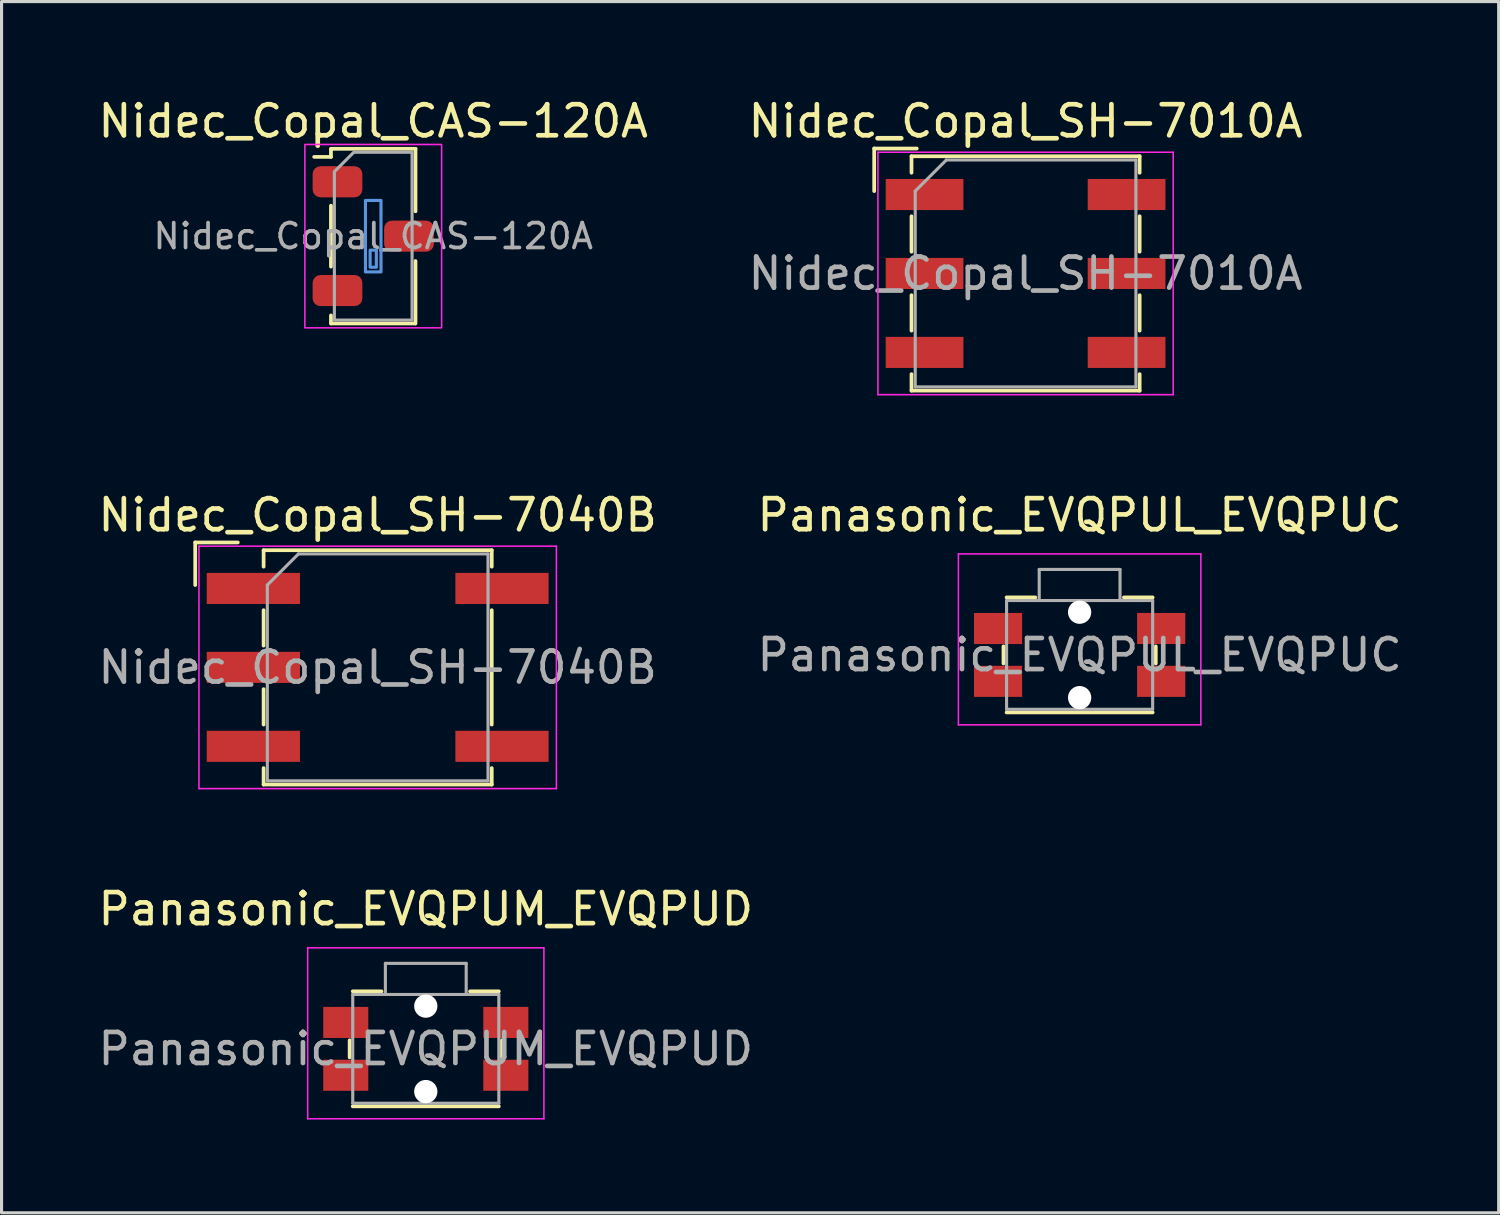
<source format=kicad_pcb>
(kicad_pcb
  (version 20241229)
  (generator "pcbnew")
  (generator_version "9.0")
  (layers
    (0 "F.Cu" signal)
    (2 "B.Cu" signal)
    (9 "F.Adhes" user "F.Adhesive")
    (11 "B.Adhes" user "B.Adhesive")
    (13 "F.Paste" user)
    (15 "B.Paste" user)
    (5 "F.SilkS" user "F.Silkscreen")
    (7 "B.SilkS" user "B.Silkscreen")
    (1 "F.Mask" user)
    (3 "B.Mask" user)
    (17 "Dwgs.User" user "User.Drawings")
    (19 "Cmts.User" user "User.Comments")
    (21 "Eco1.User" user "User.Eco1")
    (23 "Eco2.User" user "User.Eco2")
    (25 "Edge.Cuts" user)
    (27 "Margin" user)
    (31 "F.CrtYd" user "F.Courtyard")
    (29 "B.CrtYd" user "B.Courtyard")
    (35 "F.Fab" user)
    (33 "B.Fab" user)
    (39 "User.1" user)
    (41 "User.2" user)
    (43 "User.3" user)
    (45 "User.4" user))
  (footprint "Nidec_Copal_CAS-120A"
    (layer "F.Cu")
    (at 8.958 4.548)
    (property "Reference" "Nidec_Copal_CAS-120A" (at 0 -3.7 0) (unlocked yes) (layer "F.SilkS") (effects (font (size 1 1) (thickness 0.15))))
    (attr smd)
    (fp_line (start -1.36 -2.81) (end 1.36 -2.81) (stroke (width 0.12) (type solid)) (layer "F.SilkS"))
    (fp_line (start -1.36 -2.55) (end -1.9 -2.55) (stroke (width 0.12) (type default)) (layer "F.SilkS"))
    (fp_line (start -1.36 -2.55) (end -1.36 -2.8) (stroke (width 0.12) (type solid)) (layer "F.SilkS"))
    (fp_line (start -1.36 -0.98) (end -1.36 0.98) (stroke (width 0.12) (type solid)) (layer "F.SilkS"))
    (fp_line (start -1.36 2.81) (end -1.36 2.55) (stroke (width 0.12) (type solid)) (layer "F.SilkS"))
    (fp_line (start 1.35 2.81) (end -1.35 2.81) (stroke (width 0.12) (type solid)) (layer "F.SilkS"))
    (fp_line (start 1.36 -2.81) (end 1.36 -0.8) (stroke (width 0.12) (type solid)) (layer "F.SilkS"))
    (fp_line (start 1.36 0.8) (end 1.36 2.81) (stroke (width 0.12) (type solid)) (layer "F.SilkS"))
    (fp_rect (start -0.25 -1.15) (end 0.25 1.15) (stroke (width 0.1) (type default)) (fill no) (layer "Cmts.User"))
    (fp_rect (start -0.1 0.45) (end 0.1 1) (stroke (width 0.1) (type solid)) (fill no) (layer "Cmts.User"))
    (fp_rect (start 2.2 -2.95) (end -2.2 2.95) (stroke (width 0.05) (type solid)) (fill no) (layer "F.CrtYd"))
    (fp_poly (pts (xy 1.25 -2.7) (xy -0.625 -2.7) (xy -1.25 -2.075) (xy -1.25 2.7) (xy 1.25 2.7)) (stroke (width 0.1) (type solid)) (fill no) (layer "F.Fab"))
    (fp_text user "${REFERENCE}" (at 0 0 0) (unlocked yes) (layer "F.Fab") (effects (font (size 0.8 0.8) (thickness 0.12))))
    (pad "1" smd roundrect (at -1.15 -1.75 270) (size 1 1.6) (layers "F.Cu" "F.Mask" "F.Paste") (roundrect_rratio 0.25))
    (pad "2" smd roundrect (at 1.15 0 270) (size 1 1.6) (layers "F.Cu" "F.Mask" "F.Paste") (roundrect_rratio 0.25))
    (pad "3" smd roundrect (at -1.15 1.75 270) (size 1 1.6) (layers "F.Cu" "F.Mask" "F.Paste") (roundrect_rratio 0.25)))
  (footprint "Panasonic_EVQPUM_EVQPUD"
    (layer "F.Cu")
    (at 10.649 30.695)
    (property "Reference" "Panasonic_EVQPUM_EVQPUD" (at 0 -4.5 0) (layer "F.SilkS") (effects (font (size 1 1) (thickness 0.15))))
    (attr smd)
    (fp_line (start -2.45 0.275) (end -2.45 -0.275) (stroke (width 0.12) (type solid)) (layer "F.SilkS"))
    (fp_line (start -1.425 -1.85) (end -2.35 -1.85) (stroke (width 0.12) (type solid)) (layer "F.SilkS"))
    (fp_line (start 2.35 -1.85) (end 1.425 -1.85) (stroke (width 0.12) (type solid)) (layer "F.SilkS"))
    (fp_line (start 2.35 1.85) (end -2.35 1.85) (stroke (width 0.12) (type solid)) (layer "F.SilkS"))
    (fp_line (start 2.45 0.275) (end 2.45 -0.275) (stroke (width 0.12) (type solid)) (layer "F.SilkS"))
    (fp_line (start -3.8 2.25) (end -3.8 -3.25) (stroke (width 0.05) (type solid)) (layer "F.CrtYd"))
    (fp_line (start 3.8 -3.25) (end -3.8 -3.25) (stroke (width 0.05) (type solid)) (layer "F.CrtYd"))
    (fp_line (start 3.8 2.25) (end -3.8 2.25) (stroke (width 0.05) (type solid)) (layer "F.CrtYd"))
    (fp_line (start 3.8 2.25) (end 3.8 -3.25) (stroke (width 0.05) (type solid)) (layer "F.CrtYd"))
    (fp_line (start -2.35 1.75) (end -2.35 -1.75) (stroke (width 0.1) (type solid)) (layer "F.Fab"))
    (fp_line (start -1.3 -2.75) (end -1.3 -1.75) (stroke (width 0.1) (type solid)) (layer "F.Fab"))
    (fp_line (start 1.3 -2.75) (end -1.3 -2.75) (stroke (width 0.1) (type solid)) (layer "F.Fab"))
    (fp_line (start 1.3 -2.75) (end 1.3 -1.75) (stroke (width 0.1) (type solid)) (layer "F.Fab"))
    (fp_line (start 2.35 -1.75) (end -2.35 -1.75) (stroke (width 0.1) (type solid)) (layer "F.Fab"))
    (fp_line (start 2.35 1.75) (end -2.35 1.75) (stroke (width 0.1) (type solid)) (layer "F.Fab"))
    (fp_line (start 2.35 1.75) (end 2.35 -1.75) (stroke (width 0.1) (type solid)) (layer "F.Fab"))
    (fp_text user "${REFERENCE}" (at 0 0 0) (layer "F.Fab") (effects (font (size 1 1) (thickness 0.15))))
    (pad "" np_thru_hole circle (at 0 -1.375 180) (size 0.75 0.75) (drill 0.75) (layers "*.Cu" "*.Mask"))
    (pad "" np_thru_hole circle (at 0 1.375 180) (size 0.75 0.75) (drill 0.75) (layers "*.Cu" "*.Mask"))
    (pad "1" smd rect (at -2.575 -0.85 180) (size 1.45 1) (layers "F.Cu" "F.Mask" "F.Paste"))
    (pad "1" smd rect (at 2.575 -0.85 180) (size 1.45 1) (layers "F.Cu" "F.Mask" "F.Paste"))
    (pad "2" smd rect (at -2.575 0.85 180) (size 1.45 1) (layers "F.Cu" "F.Mask" "F.Paste"))
    (pad "2" smd rect (at 2.575 0.85 180) (size 1.45 1) (layers "F.Cu" "F.Mask" "F.Paste")))
  (footprint "Panasonic_EVQPUL_EVQPUC"
    (layer "F.Cu")
    (at 31.685 18.021)
    (property "Reference" "Panasonic_EVQPUL_EVQPUC" (at 0 -4.5 0) (layer "F.SilkS") (effects (font (size 1 1) (thickness 0.15))))
    (attr smd)
    (fp_line (start -2.45 0.275) (end -2.45 -0.275) (stroke (width 0.12) (type solid)) (layer "F.SilkS"))
    (fp_line (start -1.425 -1.85) (end -2.35 -1.85) (stroke (width 0.12) (type solid)) (layer "F.SilkS"))
    (fp_line (start 2.35 -1.85) (end 1.425 -1.85) (stroke (width 0.12) (type solid)) (layer "F.SilkS"))
    (fp_line (start 2.35 1.85) (end -2.35 1.85) (stroke (width 0.12) (type solid)) (layer "F.SilkS"))
    (fp_line (start 2.45 0.275) (end 2.45 -0.275) (stroke (width 0.12) (type solid)) (layer "F.SilkS"))
    (fp_line (start -3.9 2.25) (end -3.9 -3.25) (stroke (width 0.05) (type solid)) (layer "F.CrtYd"))
    (fp_line (start 3.9 -3.25) (end -3.9 -3.25) (stroke (width 0.05) (type solid)) (layer "F.CrtYd"))
    (fp_line (start 3.9 2.25) (end -3.9 2.25) (stroke (width 0.05) (type solid)) (layer "F.CrtYd"))
    (fp_line (start 3.9 2.25) (end 3.9 -3.25) (stroke (width 0.05) (type solid)) (layer "F.CrtYd"))
    (fp_line (start -2.35 1.75) (end -2.35 -1.75) (stroke (width 0.1) (type solid)) (layer "F.Fab"))
    (fp_line (start -1.3 -2.75) (end -1.3 -1.75) (stroke (width 0.1) (type solid)) (layer "F.Fab"))
    (fp_line (start 1.3 -2.75) (end -1.3 -2.75) (stroke (width 0.1) (type solid)) (layer "F.Fab"))
    (fp_line (start 1.3 -2.75) (end 1.3 -1.75) (stroke (width 0.1) (type solid)) (layer "F.Fab"))
    (fp_line (start 2.35 -1.75) (end -2.35 -1.75) (stroke (width 0.1) (type solid)) (layer "F.Fab"))
    (fp_line (start 2.35 1.75) (end -2.35 1.75) (stroke (width 0.1) (type solid)) (layer "F.Fab"))
    (fp_line (start 2.35 1.75) (end 2.35 -1.75) (stroke (width 0.1) (type solid)) (layer "F.Fab"))
    (fp_text user "${REFERENCE}" (at 0 0 0) (layer "F.Fab") (effects (font (size 1 1) (thickness 0.15))))
    (pad "" np_thru_hole circle (at 0 -1.375 180) (size 0.75 0.75) (drill 0.75) (layers "*.Cu" "*.Mask"))
    (pad "" np_thru_hole circle (at 0 1.375 180) (size 0.75 0.75) (drill 0.75) (layers "*.Cu" "*.Mask"))
    (pad "1" smd rect (at -2.625 -0.85 180) (size 1.55 1) (layers "F.Cu" "F.Mask" "F.Paste"))
    (pad "1" smd rect (at 2.625 -0.85 180) (size 1.55 1) (layers "F.Cu" "F.Mask" "F.Paste"))
    (pad "2" smd rect (at -2.625 0.85 180) (size 1.55 1) (layers "F.Cu" "F.Mask" "F.Paste"))
    (pad "2" smd rect (at 2.625 0.85 180) (size 1.55 1) (layers "F.Cu" "F.Mask" "F.Paste")))
  (footprint "Nidec_Copal_SH-7040B"
    (layer "F.Cu")
    (at 9.101 18.422)
    (property "Reference" "Nidec_Copal_SH-7040B" (at 0 -4.9 0) (layer "F.SilkS") (effects (font (size 1 1) (thickness 0.15))))
    (attr smd)
    (fp_line (start -5.87 -4.02) (end -4.5 -4.02) (stroke (width 0.12) (type solid)) (layer "F.SilkS"))
    (fp_line (start -5.87 -2.65) (end -5.87 -4.02) (stroke (width 0.12) (type solid)) (layer "F.SilkS"))
    (fp_line (start -3.67 -3.77) (end 3.67 -3.77) (stroke (width 0.12) (type solid)) (layer "F.SilkS"))
    (fp_line (start -3.67 -3.24) (end -3.67 -3.77) (stroke (width 0.12) (type solid)) (layer "F.SilkS"))
    (fp_line (start -3.67 -1.84) (end -3.67 -0.7) (stroke (width 0.12) (type solid)) (layer "F.SilkS"))
    (fp_line (start -3.67 0.7) (end -3.67 1.84) (stroke (width 0.12) (type solid)) (layer "F.SilkS"))
    (fp_line (start -3.67 3.24) (end -3.67 3.77) (stroke (width 0.12) (type solid)) (layer "F.SilkS"))
    (fp_line (start -3.67 3.77) (end 3.67 3.77) (stroke (width 0.12) (type solid)) (layer "F.SilkS"))
    (fp_line (start 3.67 -3.77) (end 3.67 -3.24) (stroke (width 0.12) (type solid)) (layer "F.SilkS"))
    (fp_line (start 3.67 -1.84) (end 3.67 1.84) (stroke (width 0.12) (type solid)) (layer "F.SilkS"))
    (fp_line (start 3.67 3.77) (end 3.67 3.24) (stroke (width 0.12) (type solid)) (layer "F.SilkS"))
    (fp_line (start -5.75 -3.9) (end -5.75 3.9) (stroke (width 0.05) (type solid)) (layer "F.CrtYd"))
    (fp_line (start -5.75 3.9) (end 5.75 3.9) (stroke (width 0.05) (type solid)) (layer "F.CrtYd"))
    (fp_line (start 5.75 -3.9) (end -5.75 -3.9) (stroke (width 0.05) (type solid)) (layer "F.CrtYd"))
    (fp_line (start 5.75 3.9) (end 5.75 -3.9) (stroke (width 0.05) (type solid)) (layer "F.CrtYd"))
    (fp_line (start -3.55 -2.65) (end -2.55 -3.65) (stroke (width 0.1) (type solid)) (layer "F.Fab"))
    (fp_line (start -3.55 3.65) (end -3.55 -2.65) (stroke (width 0.1) (type solid)) (layer "F.Fab"))
    (fp_line (start -2.55 -3.65) (end 3.55 -3.65) (stroke (width 0.1) (type solid)) (layer "F.Fab"))
    (fp_line (start 3.55 -3.65) (end 3.55 3.65) (stroke (width 0.1) (type solid)) (layer "F.Fab"))
    (fp_line (start 3.55 3.65) (end -3.55 3.65) (stroke (width 0.1) (type solid)) (layer "F.Fab"))
    (fp_text user "${REFERENCE}" (at 0 0 0) (layer "F.Fab") (effects (font (size 1 1) (thickness 0.15))))
    (pad "1" smd rect (at -4 -2.54) (size 3 1) (layers "F.Cu" "F.Mask" "F.Paste"))
    (pad "2" smd rect (at 4 2.54) (size 3 1) (layers "F.Cu" "F.Mask" "F.Paste"))
    (pad "4" smd rect (at -4 2.54) (size 3 1) (layers "F.Cu" "F.Mask" "F.Paste"))
    (pad "8" smd rect (at 4 -2.54) (size 3 1) (layers "F.Cu" "F.Mask" "F.Paste"))
    (pad "C" smd rect (at -4 0) (size 3 1) (layers "F.Cu" "F.Mask" "F.Paste")))
  (footprint "Nidec_Copal_SH-7010A"
    (layer "F.Cu")
    (at 29.946 5.748)
    (property "Reference" "Nidec_Copal_SH-7010A" (at 0 -4.9 0) (layer "F.SilkS") (effects (font (size 1 1) (thickness 0.15))))
    (attr smd)
    (fp_line (start -4.87 -4.02) (end -3.5 -4.02) (stroke (width 0.12) (type solid)) (layer "F.SilkS"))
    (fp_line (start -4.87 -2.65) (end -4.87 -4.02) (stroke (width 0.12) (type solid)) (layer "F.SilkS"))
    (fp_line (start -3.67 -3.77) (end 3.67 -3.77) (stroke (width 0.12) (type solid)) (layer "F.SilkS"))
    (fp_line (start -3.67 -3.24) (end -3.67 -3.77) (stroke (width 0.12) (type solid)) (layer "F.SilkS"))
    (fp_line (start -3.67 -1.84) (end -3.67 -0.7) (stroke (width 0.12) (type solid)) (layer "F.SilkS"))
    (fp_line (start -3.67 0.7) (end -3.67 1.84) (stroke (width 0.12) (type solid)) (layer "F.SilkS"))
    (fp_line (start -3.67 3.24) (end -3.67 3.77) (stroke (width 0.12) (type solid)) (layer "F.SilkS"))
    (fp_line (start -3.67 3.77) (end 3.67 3.77) (stroke (width 0.12) (type solid)) (layer "F.SilkS"))
    (fp_line (start 3.67 -3.77) (end 3.67 -3.24) (stroke (width 0.12) (type solid)) (layer "F.SilkS"))
    (fp_line (start 3.67 -1.84) (end 3.67 -0.7) (stroke (width 0.12) (type solid)) (layer "F.SilkS"))
    (fp_line (start 3.67 0.7) (end 3.67 1.84) (stroke (width 0.12) (type solid)) (layer "F.SilkS"))
    (fp_line (start 3.67 3.77) (end 3.67 3.24) (stroke (width 0.12) (type solid)) (layer "F.SilkS"))
    (fp_line (start -4.75 -3.9) (end -4.75 3.9) (stroke (width 0.05) (type solid)) (layer "F.CrtYd"))
    (fp_line (start -4.75 3.9) (end 4.75 3.9) (stroke (width 0.05) (type solid)) (layer "F.CrtYd"))
    (fp_line (start 4.75 -3.9) (end -4.75 -3.9) (stroke (width 0.05) (type solid)) (layer "F.CrtYd"))
    (fp_line (start 4.75 3.9) (end 4.75 -3.9) (stroke (width 0.05) (type solid)) (layer "F.CrtYd"))
    (fp_line (start -3.55 -2.65) (end -2.55 -3.65) (stroke (width 0.1) (type solid)) (layer "F.Fab"))
    (fp_line (start -3.55 3.65) (end -3.55 -2.65) (stroke (width 0.1) (type solid)) (layer "F.Fab"))
    (fp_line (start -2.55 -3.65) (end 3.55 -3.65) (stroke (width 0.1) (type solid)) (layer "F.Fab"))
    (fp_line (start 3.55 -3.65) (end 3.55 3.65) (stroke (width 0.1) (type solid)) (layer "F.Fab"))
    (fp_line (start 3.55 3.65) (end -3.55 3.65) (stroke (width 0.1) (type solid)) (layer "F.Fab"))
    (fp_text user "${REFERENCE}" (at 0 0 0) (layer "F.Fab") (effects (font (size 1 1) (thickness 0.15))))
    (pad "1" smd rect (at -3.25 -2.54) (size 2.5 1) (layers "F.Cu" "F.Mask" "F.Paste"))
    (pad "2" smd rect (at 3.25 2.54) (size 2.5 1) (layers "F.Cu" "F.Mask" "F.Paste"))
    (pad "4" smd rect (at -3.25 2.54) (size 2.5 1) (layers "F.Cu" "F.Mask" "F.Paste"))
    (pad "8" smd rect (at 3.25 -2.54) (size 2.5 1) (layers "F.Cu" "F.Mask" "F.Paste"))
    (pad "C" smd rect (at -3.25 0) (size 2.5 1) (layers "F.Cu" "F.Mask" "F.Paste"))
    (pad "C" smd rect (at 3.25 0) (size 2.5 1) (layers "F.Cu" "F.Mask" "F.Paste")))
  (gr_rect
    (start -3 -3)
    (end 45.167 35.97)
    (stroke (width 0.1) (type default))
    (fill no)
    (layer "Edge.Cuts")))
</source>
